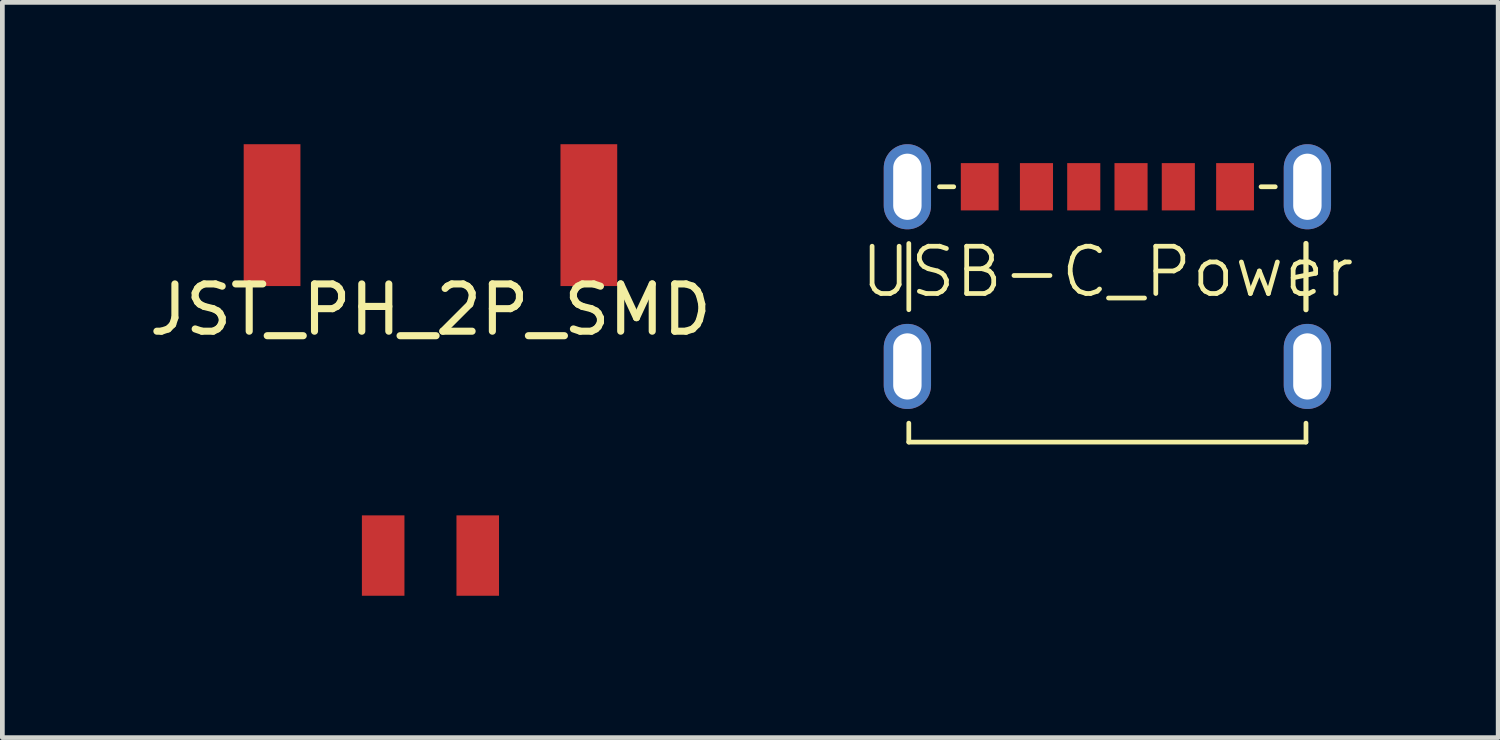
<source format=kicad_pcb>
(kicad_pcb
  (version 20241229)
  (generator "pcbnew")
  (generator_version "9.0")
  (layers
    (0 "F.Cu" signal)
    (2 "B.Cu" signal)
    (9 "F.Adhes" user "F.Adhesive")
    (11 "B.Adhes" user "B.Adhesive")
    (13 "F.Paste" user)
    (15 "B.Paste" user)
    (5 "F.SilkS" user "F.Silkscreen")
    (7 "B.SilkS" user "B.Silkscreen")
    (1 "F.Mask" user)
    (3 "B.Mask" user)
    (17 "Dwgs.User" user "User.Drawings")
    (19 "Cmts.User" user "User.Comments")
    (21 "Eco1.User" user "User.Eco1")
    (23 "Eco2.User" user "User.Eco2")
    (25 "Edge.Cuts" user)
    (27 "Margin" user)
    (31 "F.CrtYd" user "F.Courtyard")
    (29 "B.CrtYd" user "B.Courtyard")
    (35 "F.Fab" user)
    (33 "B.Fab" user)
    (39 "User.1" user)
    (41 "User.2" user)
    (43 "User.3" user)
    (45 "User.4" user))
  (footprint "JST_PH_2P_SMD"
    (layer "F.Cu")
    (at 6.054 3)
    (property "Reference" "JST_PH_2P_SMD" (at 0 0.5 0) (layer "F.SilkS") (effects (font (size 1 1) (thickness 0.15))))
    (attr through_hole)
    (pad "" smd rect (at -3.35 -1.5) (size 1.2 3) (layers "F.Cu" "F.Mask" "F.Paste"))
    (pad "" smd rect (at 3.35 -1.5) (size 1.2 3) (layers "F.Cu" "F.Mask" "F.Paste"))
    (pad "1" smd rect (at 1 5.7) (size 0.9 1.7) (layers "F.Cu" "F.Mask" "F.Paste"))
    (pad "2" smd rect (at -1 5.7) (size 0.9 1.7) (layers "F.Cu" "F.Mask" "F.Paste")))
  (footprint "USB-C_Power"
    (layer "F.Cu")
    (at 20.371 0.9)
    (property "Reference" "USB-C_Power" (at 0 1.8 0) (layer "F.SilkS") (effects (font (size 1 1) (thickness 0.1))))
    (attr through_hole)
    (fp_line (start -4.2 2.6) (end -4.2 1.2) (stroke (width 0.1) (type solid)) (layer "F.SilkS"))
    (fp_line (start -4.2 5.4) (end -4.2 5) (stroke (width 0.1) (type solid)) (layer "F.SilkS"))
    (fp_line (start -4.2 5.4) (end 4.2 5.4) (stroke (width 0.1) (type solid)) (layer "F.SilkS"))
    (fp_line (start -3.55 0) (end -3.25 0) (stroke (width 0.1) (type solid)) (layer "F.SilkS"))
    (fp_line (start 3.55 0) (end 3.25 0) (stroke (width 0.1) (type solid)) (layer "F.SilkS"))
    (fp_line (start 4.2 2.6) (end 4.2 1.2) (stroke (width 0.11) (type solid)) (layer "F.SilkS"))
    (fp_line (start 4.2 5.4) (end 4.2 5) (stroke (width 0.1) (type solid)) (layer "F.SilkS"))
    (pad "1" smd rect (at -2.7 0) (size 0.8 1) (layers "F.Cu" "F.Mask" "F.Paste"))
    (pad "2" smd rect (at -1.5 0) (size 0.7 1) (layers "F.Cu" "F.Mask" "F.Paste"))
    (pad "3" smd rect (at -0.5 0) (size 0.7 1) (layers "F.Cu" "F.Mask" "F.Paste"))
    (pad "4" smd rect (at 0.5 0) (size 0.7 1) (layers "F.Cu" "F.Mask" "F.Paste"))
    (pad "5" smd rect (at 1.5 0) (size 0.7 1) (layers "F.Cu" "F.Mask" "F.Paste"))
    (pad "6" smd rect (at 2.7 0) (size 0.8 1) (layers "F.Cu" "F.Mask" "F.Paste"))
    (pad "7" thru_hole oval (at -4.23 0) (size 1 1.8) (drill oval 0.6 1.4) (layers "*.Cu" "*.Mask"))
    (pad "7" thru_hole oval (at -4.23 3.8) (size 1 1.8) (drill oval 0.6 1.4) (layers "*.Cu" "*.Mask"))
    (pad "7" thru_hole oval (at 4.23 0) (size 1 1.8) (drill oval 0.6 1.4) (layers "*.Cu" "*.Mask"))
    (pad "7" thru_hole oval (at 4.23 3.8) (size 1 1.8) (drill oval 0.6 1.4) (layers "*.Cu" "*.Mask")))
  (gr_rect
    (start -3 -3)
    (end 28.636 12.55)
    (stroke (width 0.1) (type default))
    (fill no)
    (layer "Edge.Cuts")))
</source>
